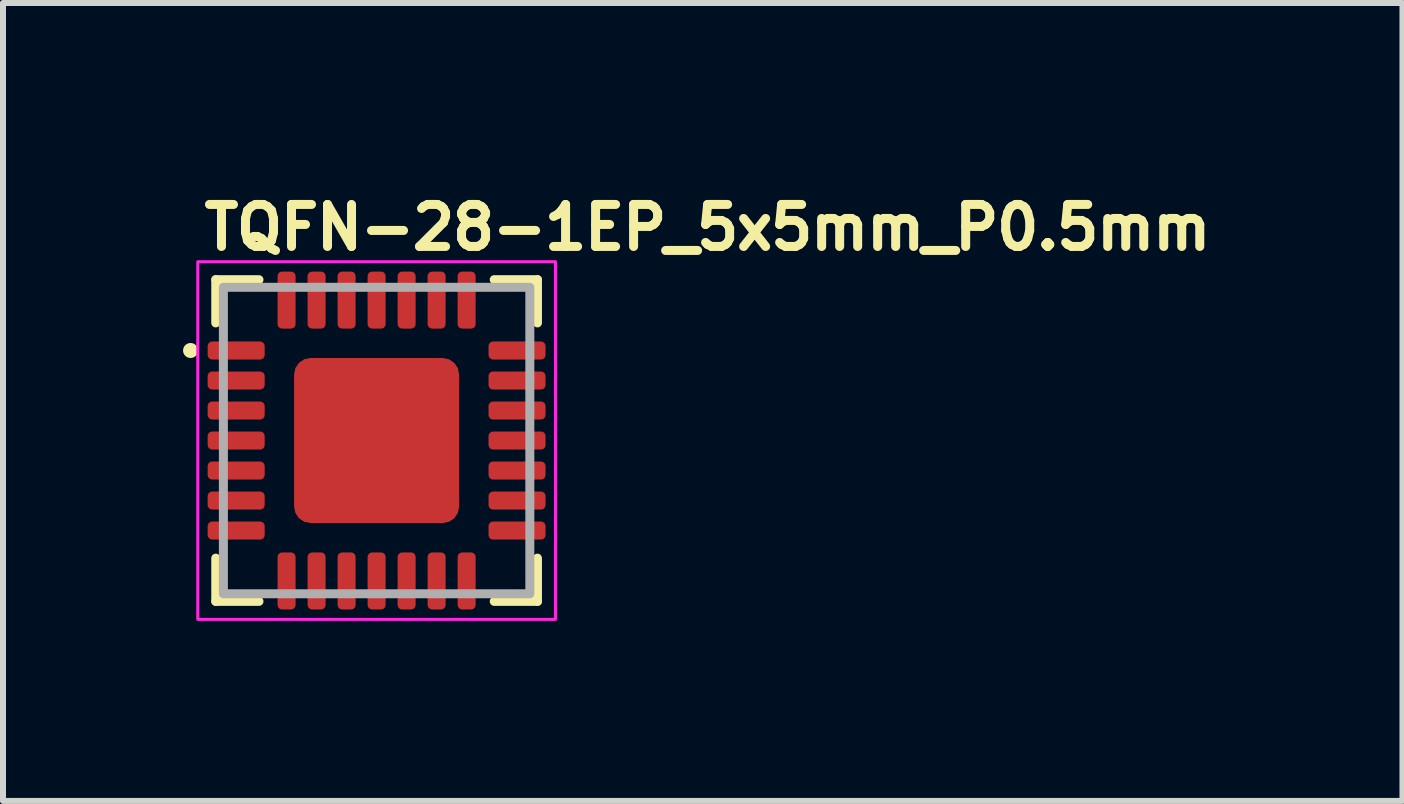
<source format=kicad_pcb>
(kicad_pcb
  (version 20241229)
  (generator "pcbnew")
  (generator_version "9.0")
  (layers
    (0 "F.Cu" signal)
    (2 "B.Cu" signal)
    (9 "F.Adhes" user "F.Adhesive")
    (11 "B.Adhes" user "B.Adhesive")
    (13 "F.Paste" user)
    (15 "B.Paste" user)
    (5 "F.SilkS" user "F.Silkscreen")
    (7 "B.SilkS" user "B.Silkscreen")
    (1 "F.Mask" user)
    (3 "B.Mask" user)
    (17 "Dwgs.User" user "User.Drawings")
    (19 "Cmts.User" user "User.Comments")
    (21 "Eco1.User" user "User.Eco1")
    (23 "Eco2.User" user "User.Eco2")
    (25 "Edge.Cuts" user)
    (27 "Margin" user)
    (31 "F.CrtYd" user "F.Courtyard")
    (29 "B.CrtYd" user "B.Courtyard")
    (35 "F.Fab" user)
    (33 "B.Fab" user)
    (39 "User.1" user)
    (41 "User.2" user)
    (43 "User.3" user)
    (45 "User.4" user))
  (footprint "TQFN-28-1EP_5x5mm_P0.5mm"
    (layer "F.Cu")
    (at 3.225 4.29)
    (property "Reference" "TQFN-28-1EP_5x5mm_P0.5mm" (at -2.95 -3.14 0) (unlocked yes) (layer "F.SilkS") (effects (font (size 0.7 0.7) (thickness 0.15)) (justify left bottom)))
    (attr smd)
    (fp_line (start -2.68 -2.68) (end -2.68 -1.96) (stroke (width 0.15) (type solid)) (layer "F.SilkS"))
    (fp_line (start -2.68 1.96) (end -2.68 2.68) (stroke (width 0.15) (type solid)) (layer "F.SilkS"))
    (fp_line (start -2.68 2.68) (end -1.96 2.68) (stroke (width 0.15) (type solid)) (layer "F.SilkS"))
    (fp_line (start -1.96 -2.68) (end -2.68 -2.68) (stroke (width 0.15) (type solid)) (layer "F.SilkS"))
    (fp_line (start 1.96 2.68) (end 2.68 2.68) (stroke (width 0.15) (type solid)) (layer "F.SilkS"))
    (fp_line (start 2.68 -2.68) (end 1.96 -2.68) (stroke (width 0.15) (type solid)) (layer "F.SilkS"))
    (fp_line (start 2.68 -1.96) (end 2.68 -2.68) (stroke (width 0.15) (type solid)) (layer "F.SilkS"))
    (fp_line (start 2.68 2.68) (end 2.68 1.96) (stroke (width 0.15) (type solid)) (layer "F.SilkS"))
    (fp_circle (center -3.1 -1.5) (end -3.05 -1.5) (stroke (width 0.15) (type solid)) (fill yes) (layer "F.SilkS"))
    (fp_rect (start -2.98 -2.98) (end 2.98 2.98) (stroke (width 0.05) (type solid)) (fill no) (layer "F.CrtYd"))
    (fp_rect (start -2.553 -2.553) (end 2.553 2.553) (stroke (width 0.15) (type solid)) (fill no) (layer "F.Fab"))
    (fp_rect (start -2.553 -2.553) (end 2.553 2.553) (stroke (width 0.1) (type solid)) (fill no) (layer "User.5"))
    (fp_line (start -2.553 -2.553) (end -2.553 2.553) (stroke (width 0.02) (type solid)) (layer "User.9"))
    (fp_line (start -2.553 2.553) (end 2.553 2.553) (stroke (width 0.02) (type solid)) (layer "User.9"))
    (fp_line (start -2.17 -1.5) (end -2.166 -1.469) (stroke (width 0.02) (type solid)) (layer "User.9"))
    (fp_line (start -2.166 -1.531) (end -2.17 -1.5) (stroke (width 0.02) (type solid)) (layer "User.9"))
    (fp_line (start -2.166 -1.469) (end -2.155 -1.441) (stroke (width 0.02) (type solid)) (layer "User.9"))
    (fp_line (start -2.155 -1.559) (end -2.166 -1.531) (stroke (width 0.02) (type solid)) (layer "User.9"))
    (fp_line (start -2.155 -1.441) (end -2.138 -1.415) (stroke (width 0.02) (type solid)) (layer "User.9"))
    (fp_line (start -2.138 -1.585) (end -2.155 -1.559) (stroke (width 0.02) (type solid)) (layer "User.9"))
    (fp_line (start -2.138 -1.415) (end -2.115 -1.395) (stroke (width 0.02) (type solid)) (layer "User.9"))
    (fp_line (start -2.115 -1.605) (end -2.138 -1.585) (stroke (width 0.02) (type solid)) (layer "User.9"))
    (fp_line (start -2.115 -1.395) (end -2.087 -1.381) (stroke (width 0.02) (type solid)) (layer "User.9"))
    (fp_line (start -2.087 -1.619) (end -2.115 -1.605) (stroke (width 0.02) (type solid)) (layer "User.9"))
    (fp_line (start -2.087 -1.381) (end -2.057 -1.373) (stroke (width 0.02) (type solid)) (layer "User.9"))
    (fp_line (start -2.057 -1.627) (end -2.087 -1.619) (stroke (width 0.02) (type solid)) (layer "User.9"))
    (fp_line (start -2.057 -1.373) (end -2.027 -1.373) (stroke (width 0.02) (type solid)) (layer "User.9"))
    (fp_line (start -2.027 -1.627) (end -2.057 -1.627) (stroke (width 0.02) (type solid)) (layer "User.9"))
    (fp_line (start -2.027 -1.373) (end -1.997 -1.381) (stroke (width 0.02) (type solid)) (layer "User.9"))
    (fp_line (start -1.997 -1.619) (end -2.027 -1.627) (stroke (width 0.02) (type solid)) (layer "User.9"))
    (fp_line (start -1.997 -1.381) (end -1.969 -1.395) (stroke (width 0.02) (type solid)) (layer "User.9"))
    (fp_line (start -1.969 -1.605) (end -1.997 -1.619) (stroke (width 0.02) (type solid)) (layer "User.9"))
    (fp_line (start -1.969 -1.395) (end -1.946 -1.415) (stroke (width 0.02) (type solid)) (layer "User.9"))
    (fp_line (start -1.946 -1.585) (end -1.969 -1.605) (stroke (width 0.02) (type solid)) (layer "User.9"))
    (fp_line (start -1.946 -1.415) (end -1.929 -1.441) (stroke (width 0.02) (type solid)) (layer "User.9"))
    (fp_line (start -1.929 -1.559) (end -1.946 -1.585) (stroke (width 0.02) (type solid)) (layer "User.9"))
    (fp_line (start -1.929 -1.441) (end -1.918 -1.469) (stroke (width 0.02) (type solid)) (layer "User.9"))
    (fp_line (start -1.918 -1.531) (end -1.929 -1.559) (stroke (width 0.02) (type solid)) (layer "User.9"))
    (fp_line (start -1.918 -1.469) (end -1.914 -1.5) (stroke (width 0.02) (type solid)) (layer "User.9"))
    (fp_line (start -1.914 -1.5) (end -1.918 -1.531) (stroke (width 0.02) (type solid)) (layer "User.9"))
    (fp_line (start 2.553 -2.553) (end -2.553 -2.553) (stroke (width 0.02) (type solid)) (layer "User.9"))
    (fp_line (start 2.553 2.553) (end 2.553 -2.553) (stroke (width 0.02) (type solid)) (layer "User.9"))
    (pad "1" smd roundrect (at -2.34 -1.5 90) (size 0.3 0.95) (layers "F.Cu" "F.Mask" "F.Paste") (roundrect_rratio 0.25))
    (pad "2" smd roundrect (at -2.34 -1 90) (size 0.3 0.95) (layers "F.Cu" "F.Mask" "F.Paste") (roundrect_rratio 0.25))
    (pad "3" smd roundrect (at -2.34 -0.5 90) (size 0.3 0.95) (layers "F.Cu" "F.Mask" "F.Paste") (roundrect_rratio 0.25))
    (pad "4" smd roundrect (at -2.34 0 90) (size 0.3 0.95) (layers "F.Cu" "F.Mask" "F.Paste") (roundrect_rratio 0.25))
    (pad "5" smd roundrect (at -2.34 0.5 90) (size 0.3 0.95) (layers "F.Cu" "F.Mask" "F.Paste") (roundrect_rratio 0.25))
    (pad "6" smd roundrect (at -2.34 1 90) (size 0.3 0.95) (layers "F.Cu" "F.Mask" "F.Paste") (roundrect_rratio 0.25))
    (pad "7" smd roundrect (at -2.34 1.5 90) (size 0.3 0.95) (layers "F.Cu" "F.Mask" "F.Paste") (roundrect_rratio 0.25))
    (pad "8" smd roundrect (at -1.5 2.34) (size 0.3 0.95) (layers "F.Cu" "F.Mask" "F.Paste") (roundrect_rratio 0.25))
    (pad "9" smd roundrect (at -1 2.34) (size 0.3 0.95) (layers "F.Cu" "F.Mask" "F.Paste") (roundrect_rratio 0.25))
    (pad "10" smd roundrect (at -0.5 2.34) (size 0.3 0.95) (layers "F.Cu" "F.Mask" "F.Paste") (roundrect_rratio 0.25))
    (pad "11" smd roundrect (at 0 2.34) (size 0.3 0.95) (layers "F.Cu" "F.Mask" "F.Paste") (roundrect_rratio 0.25))
    (pad "12" smd roundrect (at 0.5 2.34) (size 0.3 0.95) (layers "F.Cu" "F.Mask" "F.Paste") (roundrect_rratio 0.25))
    (pad "13" smd roundrect (at 1 2.34) (size 0.3 0.95) (layers "F.Cu" "F.Mask" "F.Paste") (roundrect_rratio 0.25))
    (pad "14" smd roundrect (at 1.5 2.34) (size 0.3 0.95) (layers "F.Cu" "F.Mask" "F.Paste") (roundrect_rratio 0.25))
    (pad "15" smd roundrect (at 2.34 1.5 90) (size 0.3 0.95) (layers "F.Cu" "F.Mask" "F.Paste") (roundrect_rratio 0.25))
    (pad "16" smd roundrect (at 2.34 1 90) (size 0.3 0.95) (layers "F.Cu" "F.Mask" "F.Paste") (roundrect_rratio 0.25))
    (pad "17" smd roundrect (at 2.34 0.5 90) (size 0.3 0.95) (layers "F.Cu" "F.Mask" "F.Paste") (roundrect_rratio 0.25))
    (pad "18" smd roundrect (at 2.34 0 90) (size 0.3 0.95) (layers "F.Cu" "F.Mask" "F.Paste") (roundrect_rratio 0.25))
    (pad "19" smd roundrect (at 2.34 -0.5 90) (size 0.3 0.95) (layers "F.Cu" "F.Mask" "F.Paste") (roundrect_rratio 0.25))
    (pad "20" smd roundrect (at 2.34 -1 90) (size 0.3 0.95) (layers "F.Cu" "F.Mask" "F.Paste") (roundrect_rratio 0.25))
    (pad "21" smd roundrect (at 2.34 -1.5 90) (size 0.3 0.95) (layers "F.Cu" "F.Mask" "F.Paste") (roundrect_rratio 0.25))
    (pad "22" smd roundrect (at 1.5 -2.34) (size 0.3 0.95) (layers "F.Cu" "F.Mask" "F.Paste") (roundrect_rratio 0.25))
    (pad "23" smd roundrect (at 1 -2.34) (size 0.3 0.95) (layers "F.Cu" "F.Mask" "F.Paste") (roundrect_rratio 0.25))
    (pad "24" smd roundrect (at 0.5 -2.34) (size 0.3 0.95) (layers "F.Cu" "F.Mask" "F.Paste") (roundrect_rratio 0.25))
    (pad "25" smd roundrect (at 0 -2.34) (size 0.3 0.95) (layers "F.Cu" "F.Mask" "F.Paste") (roundrect_rratio 0.25))
    (pad "26" smd roundrect (at -0.5 -2.34) (size 0.3 0.95) (layers "F.Cu" "F.Mask" "F.Paste") (roundrect_rratio 0.25))
    (pad "27" smd roundrect (at -1 -2.34) (size 0.3 0.95) (layers "F.Cu" "F.Mask" "F.Paste") (roundrect_rratio 0.25))
    (pad "28" smd roundrect (at -1.5 -2.34) (size 0.3 0.95) (layers "F.Cu" "F.Mask" "F.Paste") (roundrect_rratio 0.25))
    (pad "29" smd roundrect (at 0 0) (size 2.75 2.75) (layers "F.Cu" "F.Mask" "F.Paste") (roundrect_rratio 0.1)))
  (gr_rect
    (start -3 -3)
    (end 20.318 10.295)
    (stroke (width 0.1) (type default))
    (fill no)
    (layer "Edge.Cuts")))
</source>
